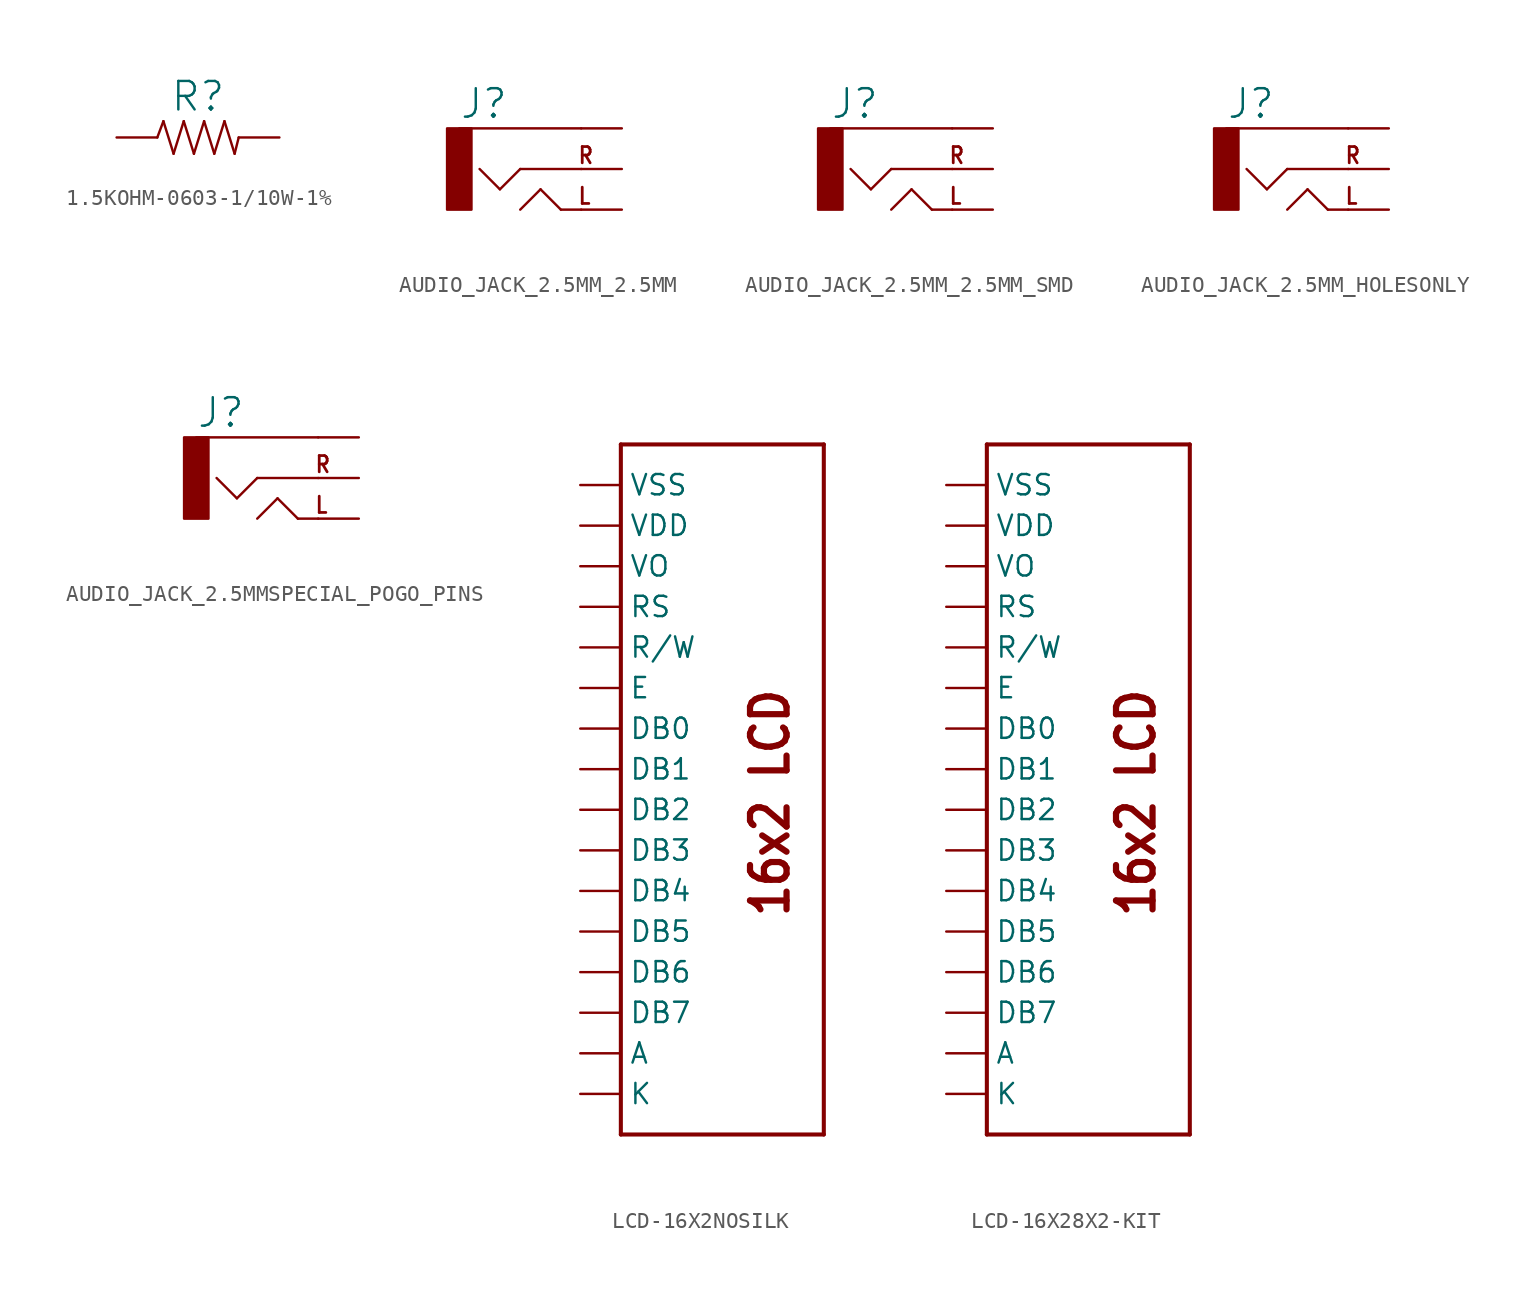
<source format=kicad_sym>
(kicad_symbol_lib
  (version 20220914)
  (generator kicad_symbol_editor)
  (symbol "1.5KOHM-0603-1/10W-1%"
    (property "Reference" "R"
      (at 0 1.524 0)
      (effects (font (size 1.778 1.778)) (justify bottom)))
    (property "Value" ""
      (at 0 -1.524 0)
      (effects (font (size 1.778 1.778)) (justify top)))
    (property "ki_locked" ""
      (at 0 0 0)
      (effects (font (size 1.27 1.27))))
    (symbol "1.5KOHM-0603-1/10W-1%_1_0"
      (polyline (pts (xy -2.54 0) (xy -2.159 1.016)) (stroke (width 0.152) (type solid)) (fill (type none)))
      (polyline (pts (xy -2.159 1.016) (xy -1.524 -1.016)) (stroke (width 0.152) (type solid)) (fill (type none)))
      (polyline (pts (xy -1.524 -1.016) (xy -0.889 1.016)) (stroke (width 0.152) (type solid)) (fill (type none)))
      (polyline (pts (xy -0.889 1.016) (xy -0.254 -1.016)) (stroke (width 0.152) (type solid)) (fill (type none)))
      (polyline (pts (xy -0.254 -1.016) (xy 0.381 1.016)) (stroke (width 0.152) (type solid)) (fill (type none)))
      (polyline (pts (xy 0.381 1.016) (xy 1.016 -1.016)) (stroke (width 0.152) (type solid)) (fill (type none)))
      (polyline (pts (xy 1.016 -1.016) (xy 1.651 1.016)) (stroke (width 0.152) (type solid)) (fill (type none)))
      (polyline (pts (xy 1.651 1.016) (xy 2.286 -1.016)) (stroke (width 0.152) (type solid)) (fill (type none)))
      (polyline (pts (xy 2.286 -1.016) (xy 2.54 0)) (stroke (width 0.152) (type solid)) (fill (type none)))
      (pin passive line (at -5.08 0 0) (length 2.54) (name "1" (effects (font (size 0 0)))) (number "1" (effects (font (size 0 0)))))
      (pin passive line (at 5.08 0 180) (length 2.54) (name "2" (effects (font (size 0 0)))) (number "2" (effects (font (size 0 0)))))))
  (symbol "AUDIO_JACK_2.5MM_2.5MM"
    (property "Reference" "J"
      (at -5.08 3.048 0)
      (effects (font (size 1.778 1.778)) (justify left bottom)))
    (property "Value" ""
      (at -5.08 -5.08 0)
      (effects (font (size 1.778 1.778)) (justify left bottom)))
    (property "ki_locked" ""
      (at 0 0 0)
      (effects (font (size 1.27 1.27))))
    (symbol "AUDIO_JACK_2.5MM_2.5MM_1_0"
      (rectangle (start -5.842 2.54) (end -4.318 -2.54) (stroke (width 0) (type default)) (fill (type outline)))
      (polyline (pts (xy -2.54 -1.27) (xy -3.81 0)) (stroke (width 0.152) (type solid)) (fill (type none)))
      (polyline (pts (xy -1.27 -2.54) (xy 0 -1.27)) (stroke (width 0.152) (type solid)) (fill (type none)))
      (polyline (pts (xy -1.27 0) (xy -2.54 -1.27)) (stroke (width 0.152) (type solid)) (fill (type none)))
      (polyline (pts (xy 0 -1.27) (xy 1.27 -2.54)) (stroke (width 0.152) (type solid)) (fill (type none)))
      (polyline (pts (xy 1.27 -2.54) (xy 2.54 -2.54)) (stroke (width 0.152) (type solid)) (fill (type none)))
      (polyline (pts (xy 2.54 0) (xy -1.27 0)) (stroke (width 0.152) (type solid)) (fill (type none)))
      (polyline (pts (xy 2.54 2.54) (xy -5.08 2.54)) (stroke (width 0.152) (type solid)) (fill (type none)))
      (text "L" (at 2.286 -2.286 0) (effects (font (size 1.016 0.864) (thickness 0.173) bold) (justify left bottom)))
      (text "R" (at 2.286 0.254 0) (effects (font (size 1.016 0.864) (thickness 0.173) bold) (justify left bottom)))
      (pin bidirectional line (at 5.08 2.54 180) (length 2.54) (name "SLEEVE" (effects (font (size 0 0)))) (number "RING1" (effects (font (size 0 0)))))
      (pin bidirectional line (at 5.08 -2.54 180) (length 2.54) (name "LEFT" (effects (font (size 0 0)))) (number "SHIELD" (effects (font (size 0 0)))))
      (pin bidirectional line (at 5.08 0 180) (length 2.54) (name "RIGHT" (effects (font (size 0 0)))) (number "TIP" (effects (font (size 0 0)))))))
  (symbol "AUDIO_JACK_2.5MM_2.5MM_SMD"
    (property "Reference" "J"
      (at -5.08 3.048 0)
      (effects (font (size 1.778 1.778)) (justify left bottom)))
    (property "Value" ""
      (at -5.08 -5.08 0)
      (effects (font (size 1.778 1.778)) (justify left bottom)))
    (property "ki_locked" ""
      (at 0 0 0)
      (effects (font (size 1.27 1.27))))
    (symbol "AUDIO_JACK_2.5MM_2.5MM_SMD_1_0"
      (rectangle (start -5.842 2.54) (end -4.318 -2.54) (stroke (width 0) (type default)) (fill (type outline)))
      (polyline (pts (xy -2.54 -1.27) (xy -3.81 0)) (stroke (width 0.152) (type solid)) (fill (type none)))
      (polyline (pts (xy -1.27 -2.54) (xy 0 -1.27)) (stroke (width 0.152) (type solid)) (fill (type none)))
      (polyline (pts (xy -1.27 0) (xy -2.54 -1.27)) (stroke (width 0.152) (type solid)) (fill (type none)))
      (polyline (pts (xy 0 -1.27) (xy 1.27 -2.54)) (stroke (width 0.152) (type solid)) (fill (type none)))
      (polyline (pts (xy 1.27 -2.54) (xy 2.54 -2.54)) (stroke (width 0.152) (type solid)) (fill (type none)))
      (polyline (pts (xy 2.54 0) (xy -1.27 0)) (stroke (width 0.152) (type solid)) (fill (type none)))
      (polyline (pts (xy 2.54 2.54) (xy -5.08 2.54)) (stroke (width 0.152) (type solid)) (fill (type none)))
      (text "L" (at 2.286 -2.286 0) (effects (font (size 1.016 0.864) (thickness 0.173) bold) (justify left bottom)))
      (text "R" (at 2.286 0.254 0) (effects (font (size 1.016 0.864) (thickness 0.173) bold) (justify left bottom)))
      (pin bidirectional line (at 5.08 -2.54 180) (length 2.54) (name "LEFT" (effects (font (size 0 0)))) (number "1" (effects (font (size 0 0)))))
      (pin bidirectional line (at 5.08 0 180) (length 2.54) (name "RIGHT" (effects (font (size 0 0)))) (number "4" (effects (font (size 0 0)))))
      (pin bidirectional line (at 5.08 2.54 180) (length 2.54) (name "SLEEVE" (effects (font (size 0 0)))) (number "5" (effects (font (size 0 0)))))))
  (symbol "AUDIO_JACK_2.5MM_HOLESONLY"
    (property "Reference" "J"
      (at -5.08 3.048 0)
      (effects (font (size 1.778 1.778)) (justify left bottom)))
    (property "Value" ""
      (at -5.08 -5.08 0)
      (effects (font (size 1.778 1.778)) (justify left bottom)))
    (property "ki_locked" ""
      (at 0 0 0)
      (effects (font (size 1.27 1.27))))
    (symbol "AUDIO_JACK_2.5MM_HOLESONLY_1_0"
      (rectangle (start -5.842 2.54) (end -4.318 -2.54) (stroke (width 0) (type default)) (fill (type outline)))
      (polyline (pts (xy -2.54 -1.27) (xy -3.81 0)) (stroke (width 0.152) (type solid)) (fill (type none)))
      (polyline (pts (xy -1.27 -2.54) (xy 0 -1.27)) (stroke (width 0.152) (type solid)) (fill (type none)))
      (polyline (pts (xy -1.27 0) (xy -2.54 -1.27)) (stroke (width 0.152) (type solid)) (fill (type none)))
      (polyline (pts (xy 0 -1.27) (xy 1.27 -2.54)) (stroke (width 0.152) (type solid)) (fill (type none)))
      (polyline (pts (xy 1.27 -2.54) (xy 2.54 -2.54)) (stroke (width 0.152) (type solid)) (fill (type none)))
      (polyline (pts (xy 2.54 0) (xy -1.27 0)) (stroke (width 0.152) (type solid)) (fill (type none)))
      (polyline (pts (xy 2.54 2.54) (xy -5.08 2.54)) (stroke (width 0.152) (type solid)) (fill (type none)))
      (text "L" (at 2.286 -2.286 0) (effects (font (size 1.016 0.864) (thickness 0.173) bold) (justify left bottom)))
      (text "R" (at 2.286 0.254 0) (effects (font (size 1.016 0.864) (thickness 0.173) bold) (justify left bottom)))
      (pin bidirectional line (at 5.08 2.54 180) (length 2.54) (name "SLEEVE" (effects (font (size 0 0)))) (number "RING1" (effects (font (size 0 0)))))
      (pin bidirectional line (at 5.08 -2.54 180) (length 2.54) (name "LEFT" (effects (font (size 0 0)))) (number "SHIELD" (effects (font (size 0 0)))))
      (pin bidirectional line (at 5.08 0 180) (length 2.54) (name "RIGHT" (effects (font (size 0 0)))) (number "TIP" (effects (font (size 0 0)))))))
  (symbol "AUDIO_JACK_2.5MMSPECIAL_POGO_PINS"
    (property "Reference" "J"
      (at -5.08 3.048 0)
      (effects (font (size 1.778 1.778)) (justify left bottom)))
    (property "Value" ""
      (at -5.08 -5.08 0)
      (effects (font (size 1.778 1.778)) (justify left bottom)))
    (property "ki_locked" ""
      (at 0 0 0)
      (effects (font (size 1.27 1.27))))
    (symbol "AUDIO_JACK_2.5MMSPECIAL_POGO_PINS_1_0"
      (rectangle (start -5.842 2.54) (end -4.318 -2.54) (stroke (width 0) (type default)) (fill (type outline)))
      (polyline (pts (xy -2.54 -1.27) (xy -3.81 0)) (stroke (width 0.152) (type solid)) (fill (type none)))
      (polyline (pts (xy -1.27 -2.54) (xy 0 -1.27)) (stroke (width 0.152) (type solid)) (fill (type none)))
      (polyline (pts (xy -1.27 0) (xy -2.54 -1.27)) (stroke (width 0.152) (type solid)) (fill (type none)))
      (polyline (pts (xy 0 -1.27) (xy 1.27 -2.54)) (stroke (width 0.152) (type solid)) (fill (type none)))
      (polyline (pts (xy 1.27 -2.54) (xy 2.54 -2.54)) (stroke (width 0.152) (type solid)) (fill (type none)))
      (polyline (pts (xy 2.54 0) (xy -1.27 0)) (stroke (width 0.152) (type solid)) (fill (type none)))
      (polyline (pts (xy 2.54 2.54) (xy -5.08 2.54)) (stroke (width 0.152) (type solid)) (fill (type none)))
      (text "L" (at 2.286 -2.286 0) (effects (font (size 1.016 0.864) (thickness 0.173) bold) (justify left bottom)))
      (text "R" (at 2.286 0.254 0) (effects (font (size 1.016 0.864) (thickness 0.173) bold) (justify left bottom)))
      (pin bidirectional line (at 5.08 2.54 180) (length 2.54) (name "SLEEVE" (effects (font (size 0 0)))) (number "RING1" (effects (font (size 0 0)))))
      (pin bidirectional line (at 5.08 -2.54 180) (length 2.54) (name "LEFT" (effects (font (size 0 0)))) (number "SHIELD" (effects (font (size 0 0)))))
      (pin bidirectional line (at 5.08 0 180) (length 2.54) (name "RIGHT" (effects (font (size 0 0)))) (number "TIP" (effects (font (size 0 0)))))))
  (symbol "LCD-16X2NOSILK"
    (property "Reference" "LCD"
      (at -7.62 23.368 0)
      (effects (font (size 1.778 1.511)) (justify left bottom) hide))
    (property "ki_locked" ""
      (at 0 0 0)
      (effects (font (size 1.27 1.27))))
    (symbol "LCD-16X2NOSILK_1_0"
      (polyline (pts (xy -7.62 -20.32) (xy 5.08 -20.32)) (stroke (width 0.254) (type solid)) (fill (type none)))
      (polyline (pts (xy -7.62 22.86) (xy -7.62 -20.32)) (stroke (width 0.254) (type solid)) (fill (type none)))
      (polyline (pts (xy 5.08 -20.32) (xy 5.08 22.86)) (stroke (width 0.254) (type solid)) (fill (type none)))
      (polyline (pts (xy 5.08 22.86) (xy -7.62 22.86)) (stroke (width 0.254) (type solid)) (fill (type none)))
      (text "16x2 LCD" (at 3.048 -6.858 900) (effects (font (size 2.286 1.943) (thickness 0.389) bold) (justify left bottom)))
      (pin power_in line (at -10.16 20.32 0) (length 2.54) (name "VSS" (effects (font (size 1.27 1.27)))) (number "1" (effects (font (size 0 0)))))
      (pin bidirectional line (at -10.16 -2.54 0) (length 2.54) (name "DB3" (effects (font (size 1.27 1.27)))) (number "10" (effects (font (size 0 0)))))
      (pin bidirectional line (at -10.16 -5.08 0) (length 2.54) (name "DB4" (effects (font (size 1.27 1.27)))) (number "11" (effects (font (size 0 0)))))
      (pin bidirectional line (at -10.16 -7.62 0) (length 2.54) (name "DB5" (effects (font (size 1.27 1.27)))) (number "12" (effects (font (size 0 0)))))
      (pin bidirectional line (at -10.16 -10.16 0) (length 2.54) (name "DB6" (effects (font (size 1.27 1.27)))) (number "13" (effects (font (size 0 0)))))
      (pin bidirectional line (at -10.16 -12.7 0) (length 2.54) (name "DB7" (effects (font (size 1.27 1.27)))) (number "14" (effects (font (size 0 0)))))
      (pin power_in line (at -10.16 -15.24 0) (length 2.54) (name "A" (effects (font (size 1.27 1.27)))) (number "15" (effects (font (size 0 0)))))
      (pin power_in line (at -10.16 -17.78 0) (length 2.54) (name "K" (effects (font (size 1.27 1.27)))) (number "16" (effects (font (size 0 0)))))
      (pin power_in line (at -10.16 17.78 0) (length 2.54) (name "VDD" (effects (font (size 1.27 1.27)))) (number "2" (effects (font (size 0 0)))))
      (pin bidirectional line (at -10.16 15.24 0) (length 2.54) (name "VO" (effects (font (size 1.27 1.27)))) (number "3" (effects (font (size 0 0)))))
      (pin input line (at -10.16 12.7 0) (length 2.54) (name "RS" (effects (font (size 1.27 1.27)))) (number "4" (effects (font (size 0 0)))))
      (pin input line (at -10.16 10.16 0) (length 2.54) (name "R/W" (effects (font (size 1.27 1.27)))) (number "5" (effects (font (size 0 0)))))
      (pin input line (at -10.16 7.62 0) (length 2.54) (name "E" (effects (font (size 1.27 1.27)))) (number "6" (effects (font (size 0 0)))))
      (pin bidirectional line (at -10.16 5.08 0) (length 2.54) (name "DB0" (effects (font (size 1.27 1.27)))) (number "7" (effects (font (size 0 0)))))
      (pin bidirectional line (at -10.16 2.54 0) (length 2.54) (name "DB1" (effects (font (size 1.27 1.27)))) (number "8" (effects (font (size 0 0)))))
      (pin bidirectional line (at -10.16 0 0) (length 2.54) (name "DB2" (effects (font (size 1.27 1.27)))) (number "9" (effects (font (size 0 0)))))))
  (symbol "LCD-16X28X2-KIT"
    (property "Reference" "LCD"
      (at -7.62 23.368 0)
      (effects (font (size 1.778 1.511)) (justify left bottom) hide))
    (property "ki_locked" ""
      (at 0 0 0)
      (effects (font (size 1.27 1.27))))
    (symbol "LCD-16X28X2-KIT_1_0"
      (polyline (pts (xy -7.62 -20.32) (xy 5.08 -20.32)) (stroke (width 0.254) (type solid)) (fill (type none)))
      (polyline (pts (xy -7.62 22.86) (xy -7.62 -20.32)) (stroke (width 0.254) (type solid)) (fill (type none)))
      (polyline (pts (xy 5.08 -20.32) (xy 5.08 22.86)) (stroke (width 0.254) (type solid)) (fill (type none)))
      (polyline (pts (xy 5.08 22.86) (xy -7.62 22.86)) (stroke (width 0.254) (type solid)) (fill (type none)))
      (text "16x2 LCD" (at 3.048 -6.858 900) (effects (font (size 2.286 1.943) (thickness 0.389) bold) (justify left bottom)))
      (pin power_in line (at -10.16 20.32 0) (length 2.54) (name "VSS" (effects (font (size 1.27 1.27)))) (number "1" (effects (font (size 0 0)))))
      (pin bidirectional line (at -10.16 -2.54 0) (length 2.54) (name "DB3" (effects (font (size 1.27 1.27)))) (number "10" (effects (font (size 0 0)))))
      (pin bidirectional line (at -10.16 -5.08 0) (length 2.54) (name "DB4" (effects (font (size 1.27 1.27)))) (number "11" (effects (font (size 0 0)))))
      (pin bidirectional line (at -10.16 -7.62 0) (length 2.54) (name "DB5" (effects (font (size 1.27 1.27)))) (number "12" (effects (font (size 0 0)))))
      (pin bidirectional line (at -10.16 -10.16 0) (length 2.54) (name "DB6" (effects (font (size 1.27 1.27)))) (number "13" (effects (font (size 0 0)))))
      (pin bidirectional line (at -10.16 -12.7 0) (length 2.54) (name "DB7" (effects (font (size 1.27 1.27)))) (number "14" (effects (font (size 0 0)))))
      (pin power_in line (at -10.16 -15.24 0) (length 2.54) (name "A" (effects (font (size 1.27 1.27)))) (number "15" (effects (font (size 0 0)))))
      (pin power_in line (at -10.16 -17.78 0) (length 2.54) (name "K" (effects (font (size 1.27 1.27)))) (number "16" (effects (font (size 0 0)))))
      (pin power_in line (at -10.16 17.78 0) (length 2.54) (name "VDD" (effects (font (size 1.27 1.27)))) (number "2" (effects (font (size 0 0)))))
      (pin bidirectional line (at -10.16 15.24 0) (length 2.54) (name "VO" (effects (font (size 1.27 1.27)))) (number "3" (effects (font (size 0 0)))))
      (pin input line (at -10.16 12.7 0) (length 2.54) (name "RS" (effects (font (size 1.27 1.27)))) (number "4" (effects (font (size 0 0)))))
      (pin input line (at -10.16 10.16 0) (length 2.54) (name "R/W" (effects (font (size 1.27 1.27)))) (number "5" (effects (font (size 0 0)))))
      (pin input line (at -10.16 7.62 0) (length 2.54) (name "E" (effects (font (size 1.27 1.27)))) (number "6" (effects (font (size 0 0)))))
      (pin bidirectional line (at -10.16 5.08 0) (length 2.54) (name "DB0" (effects (font (size 1.27 1.27)))) (number "7" (effects (font (size 0 0)))))
      (pin bidirectional line (at -10.16 2.54 0) (length 2.54) (name "DB1" (effects (font (size 1.27 1.27)))) (number "8" (effects (font (size 0 0)))))
      (pin bidirectional line (at -10.16 0 0) (length 2.54) (name "DB2" (effects (font (size 1.27 1.27)))) (number "9" (effects (font (size 0 0))))))))
</source>
